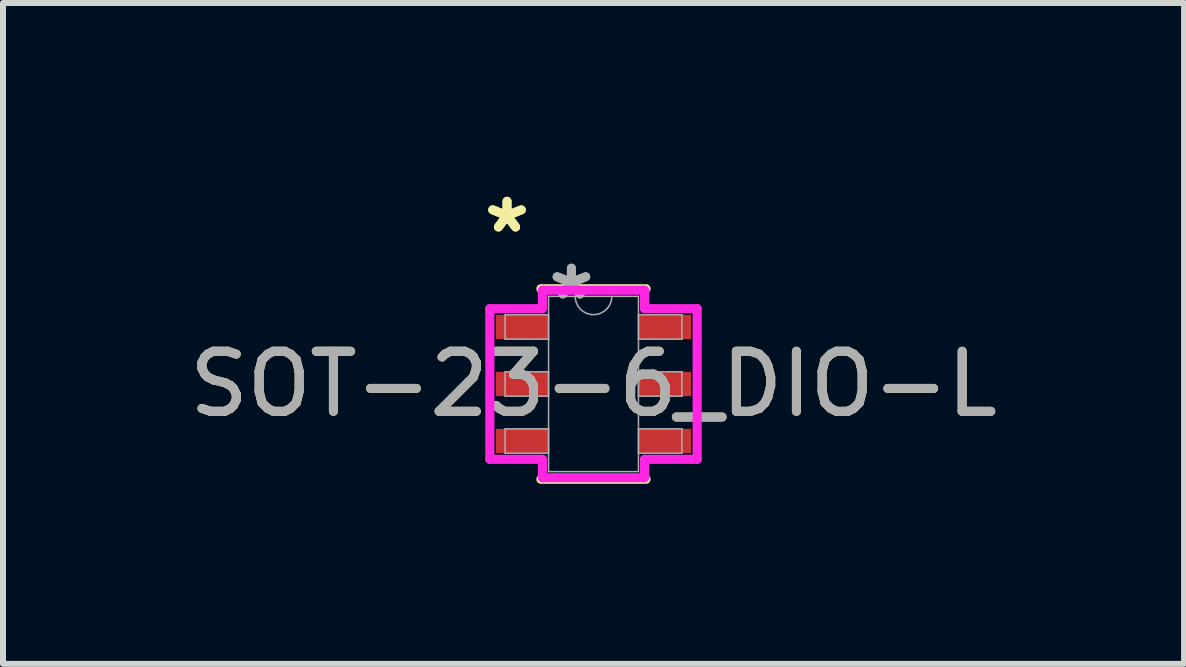
<source format=kicad_pcb>
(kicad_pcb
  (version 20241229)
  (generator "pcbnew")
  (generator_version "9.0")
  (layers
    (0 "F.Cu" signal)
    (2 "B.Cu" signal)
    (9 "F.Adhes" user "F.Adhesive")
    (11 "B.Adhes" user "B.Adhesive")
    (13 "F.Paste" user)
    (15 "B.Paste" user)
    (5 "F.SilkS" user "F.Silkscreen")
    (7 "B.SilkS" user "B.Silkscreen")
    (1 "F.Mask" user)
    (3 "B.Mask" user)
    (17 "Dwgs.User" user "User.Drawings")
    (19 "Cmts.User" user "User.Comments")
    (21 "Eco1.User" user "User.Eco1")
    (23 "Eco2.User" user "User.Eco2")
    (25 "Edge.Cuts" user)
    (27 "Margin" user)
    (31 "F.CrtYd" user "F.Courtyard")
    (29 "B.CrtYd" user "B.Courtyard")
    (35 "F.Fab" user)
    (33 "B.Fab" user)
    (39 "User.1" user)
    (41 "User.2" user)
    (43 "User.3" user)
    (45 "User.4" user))
  (footprint "SOT-23-6_DIO-L"
    (layer "F.Cu")
    (at 6.839 3.348)
    (property "Reference" "SOT-23-6_DIO-L" (at 0 0 0) (unlocked yes) (layer "F.SilkS") (effects (font (size 1 1) (thickness 0.15))))
    (attr smd)
    (fp_line (start -0.876 1.587) (end 0.876 1.587) (stroke (width 0.152) (type solid)) (layer "F.SilkS"))
    (fp_line (start 0.876 -1.587) (end -0.876 -1.587) (stroke (width 0.152) (type solid)) (layer "F.SilkS"))
    (fp_line (start -1.727 -1.255) (end -0.851 -1.255) (stroke (width 0.152) (type solid)) (layer "F.CrtYd"))
    (fp_line (start -1.727 1.255) (end -1.727 -1.255) (stroke (width 0.152) (type solid)) (layer "F.CrtYd"))
    (fp_line (start -1.727 1.255) (end -0.851 1.255) (stroke (width 0.152) (type solid)) (layer "F.CrtYd"))
    (fp_line (start -0.851 -1.562) (end 0.851 -1.562) (stroke (width 0.152) (type solid)) (layer "F.CrtYd"))
    (fp_line (start -0.851 -1.255) (end -0.851 -1.562) (stroke (width 0.152) (type solid)) (layer "F.CrtYd"))
    (fp_line (start -0.851 1.562) (end -0.851 1.255) (stroke (width 0.152) (type solid)) (layer "F.CrtYd"))
    (fp_line (start 0.851 -1.562) (end 0.851 -1.255) (stroke (width 0.152) (type solid)) (layer "F.CrtYd"))
    (fp_line (start 0.851 1.255) (end 0.851 1.562) (stroke (width 0.152) (type solid)) (layer "F.CrtYd"))
    (fp_line (start 0.851 1.562) (end -0.851 1.562) (stroke (width 0.152) (type solid)) (layer "F.CrtYd"))
    (fp_line (start 1.727 -1.255) (end 0.851 -1.255) (stroke (width 0.152) (type solid)) (layer "F.CrtYd"))
    (fp_line (start 1.727 -1.255) (end 1.727 1.255) (stroke (width 0.152) (type solid)) (layer "F.CrtYd"))
    (fp_line (start 1.727 1.255) (end 0.851 1.255) (stroke (width 0.152) (type solid)) (layer "F.CrtYd"))
    (fp_line (start -1.473 -1.153) (end -1.473 -0.747) (stroke (width 0.025) (type solid)) (layer "F.Fab"))
    (fp_line (start -1.473 -0.747) (end -0.749 -0.747) (stroke (width 0.025) (type solid)) (layer "F.Fab"))
    (fp_line (start -1.473 -0.203) (end -1.473 0.203) (stroke (width 0.025) (type solid)) (layer "F.Fab"))
    (fp_line (start -1.473 0.203) (end -0.749 0.203) (stroke (width 0.025) (type solid)) (layer "F.Fab"))
    (fp_line (start -1.473 0.747) (end -1.473 1.153) (stroke (width 0.025) (type solid)) (layer "F.Fab"))
    (fp_line (start -1.473 1.153) (end -0.749 1.153) (stroke (width 0.025) (type solid)) (layer "F.Fab"))
    (fp_line (start -0.749 -1.46) (end -0.749 1.46) (stroke (width 0.025) (type solid)) (layer "F.Fab"))
    (fp_line (start -0.749 -1.153) (end -1.473 -1.153) (stroke (width 0.025) (type solid)) (layer "F.Fab"))
    (fp_line (start -0.749 -0.747) (end -0.749 -1.153) (stroke (width 0.025) (type solid)) (layer "F.Fab"))
    (fp_line (start -0.749 -0.203) (end -1.473 -0.203) (stroke (width 0.025) (type solid)) (layer "F.Fab"))
    (fp_line (start -0.749 0.203) (end -0.749 -0.203) (stroke (width 0.025) (type solid)) (layer "F.Fab"))
    (fp_line (start -0.749 0.747) (end -1.473 0.747) (stroke (width 0.025) (type solid)) (layer "F.Fab"))
    (fp_line (start -0.749 1.153) (end -0.749 0.747) (stroke (width 0.025) (type solid)) (layer "F.Fab"))
    (fp_line (start -0.749 1.46) (end 0.749 1.46) (stroke (width 0.025) (type solid)) (layer "F.Fab"))
    (fp_line (start 0.749 -1.46) (end -0.749 -1.46) (stroke (width 0.025) (type solid)) (layer "F.Fab"))
    (fp_line (start 0.749 -1.153) (end 0.749 -0.747) (stroke (width 0.025) (type solid)) (layer "F.Fab"))
    (fp_line (start 0.749 -0.747) (end 1.473 -0.747) (stroke (width 0.025) (type solid)) (layer "F.Fab"))
    (fp_line (start 0.749 -0.203) (end 0.749 0.203) (stroke (width 0.025) (type solid)) (layer "F.Fab"))
    (fp_line (start 0.749 0.203) (end 1.473 0.203) (stroke (width 0.025) (type solid)) (layer "F.Fab"))
    (fp_line (start 0.749 0.747) (end 0.749 1.153) (stroke (width 0.025) (type solid)) (layer "F.Fab"))
    (fp_line (start 0.749 1.153) (end 1.473 1.153) (stroke (width 0.025) (type solid)) (layer "F.Fab"))
    (fp_line (start 0.749 1.46) (end 0.749 -1.46) (stroke (width 0.025) (type solid)) (layer "F.Fab"))
    (fp_line (start 1.473 -1.153) (end 0.749 -1.153) (stroke (width 0.025) (type solid)) (layer "F.Fab"))
    (fp_line (start 1.473 -0.747) (end 1.473 -1.153) (stroke (width 0.025) (type solid)) (layer "F.Fab"))
    (fp_line (start 1.473 -0.203) (end 0.749 -0.203) (stroke (width 0.025) (type solid)) (layer "F.Fab"))
    (fp_line (start 1.473 0.203) (end 1.473 -0.203) (stroke (width 0.025) (type solid)) (layer "F.Fab"))
    (fp_line (start 1.473 0.747) (end 0.749 0.747) (stroke (width 0.025) (type solid)) (layer "F.Fab"))
    (fp_line (start 1.473 1.153) (end 1.473 0.747) (stroke (width 0.025) (type solid)) (layer "F.Fab"))
    (fp_arc (start 0.3048 -1.4605) (mid 0 -1.1557) (end -0.3048 -1.4605) (stroke (width 0.0254) (type solid)) (layer "F.Fab"))
    (fp_text user "*" (at -1.441 -2.499 0) (unlocked yes) (layer "F.SilkS") (effects (font (size 1 1) (thickness 0.15))))
    (fp_text user "*" (at -1.441 -2.499 0) (layer "F.SilkS") (effects (font (size 1 1) (thickness 0.15))))
    (fp_text user "${REFERENCE}" (at 0 0 0) (unlocked yes) (layer "F.Fab") (effects (font (size 1 1) (thickness 0.15))))
    (fp_text user "*" (at -0.368 -1.384 0) (unlocked yes) (layer "F.Fab") (effects (font (size 1 1) (thickness 0.15))))
    (fp_text user "*" (at -0.368 -1.384 0) (layer "F.Fab") (effects (font (size 1 1) (thickness 0.15))))
    (pad "1" smd rect (at -1.187 -0.95) (size 0.876 0.406) (layers "F.Cu" "F.Mask" "F.Paste"))
    (pad "2" smd rect (at -1.187 0) (size 0.876 0.406) (layers "F.Cu" "F.Mask" "F.Paste"))
    (pad "3" smd rect (at -1.187 0.95) (size 0.876 0.406) (layers "F.Cu" "F.Mask" "F.Paste"))
    (pad "4" smd rect (at 1.187 0.95) (size 0.876 0.406) (layers "F.Cu" "F.Mask" "F.Paste"))
    (pad "5" smd rect (at 1.187 0) (size 0.876 0.406) (layers "F.Cu" "F.Mask" "F.Paste"))
    (pad "6" smd rect (at 1.187 -0.95) (size 0.876 0.406) (layers "F.Cu" "F.Mask" "F.Paste")))
  (gr_rect
    (start -3 -3)
    (end 16.679 8.011)
    (stroke (width 0.1) (type default))
    (fill no)
    (layer "Edge.Cuts")))
</source>
